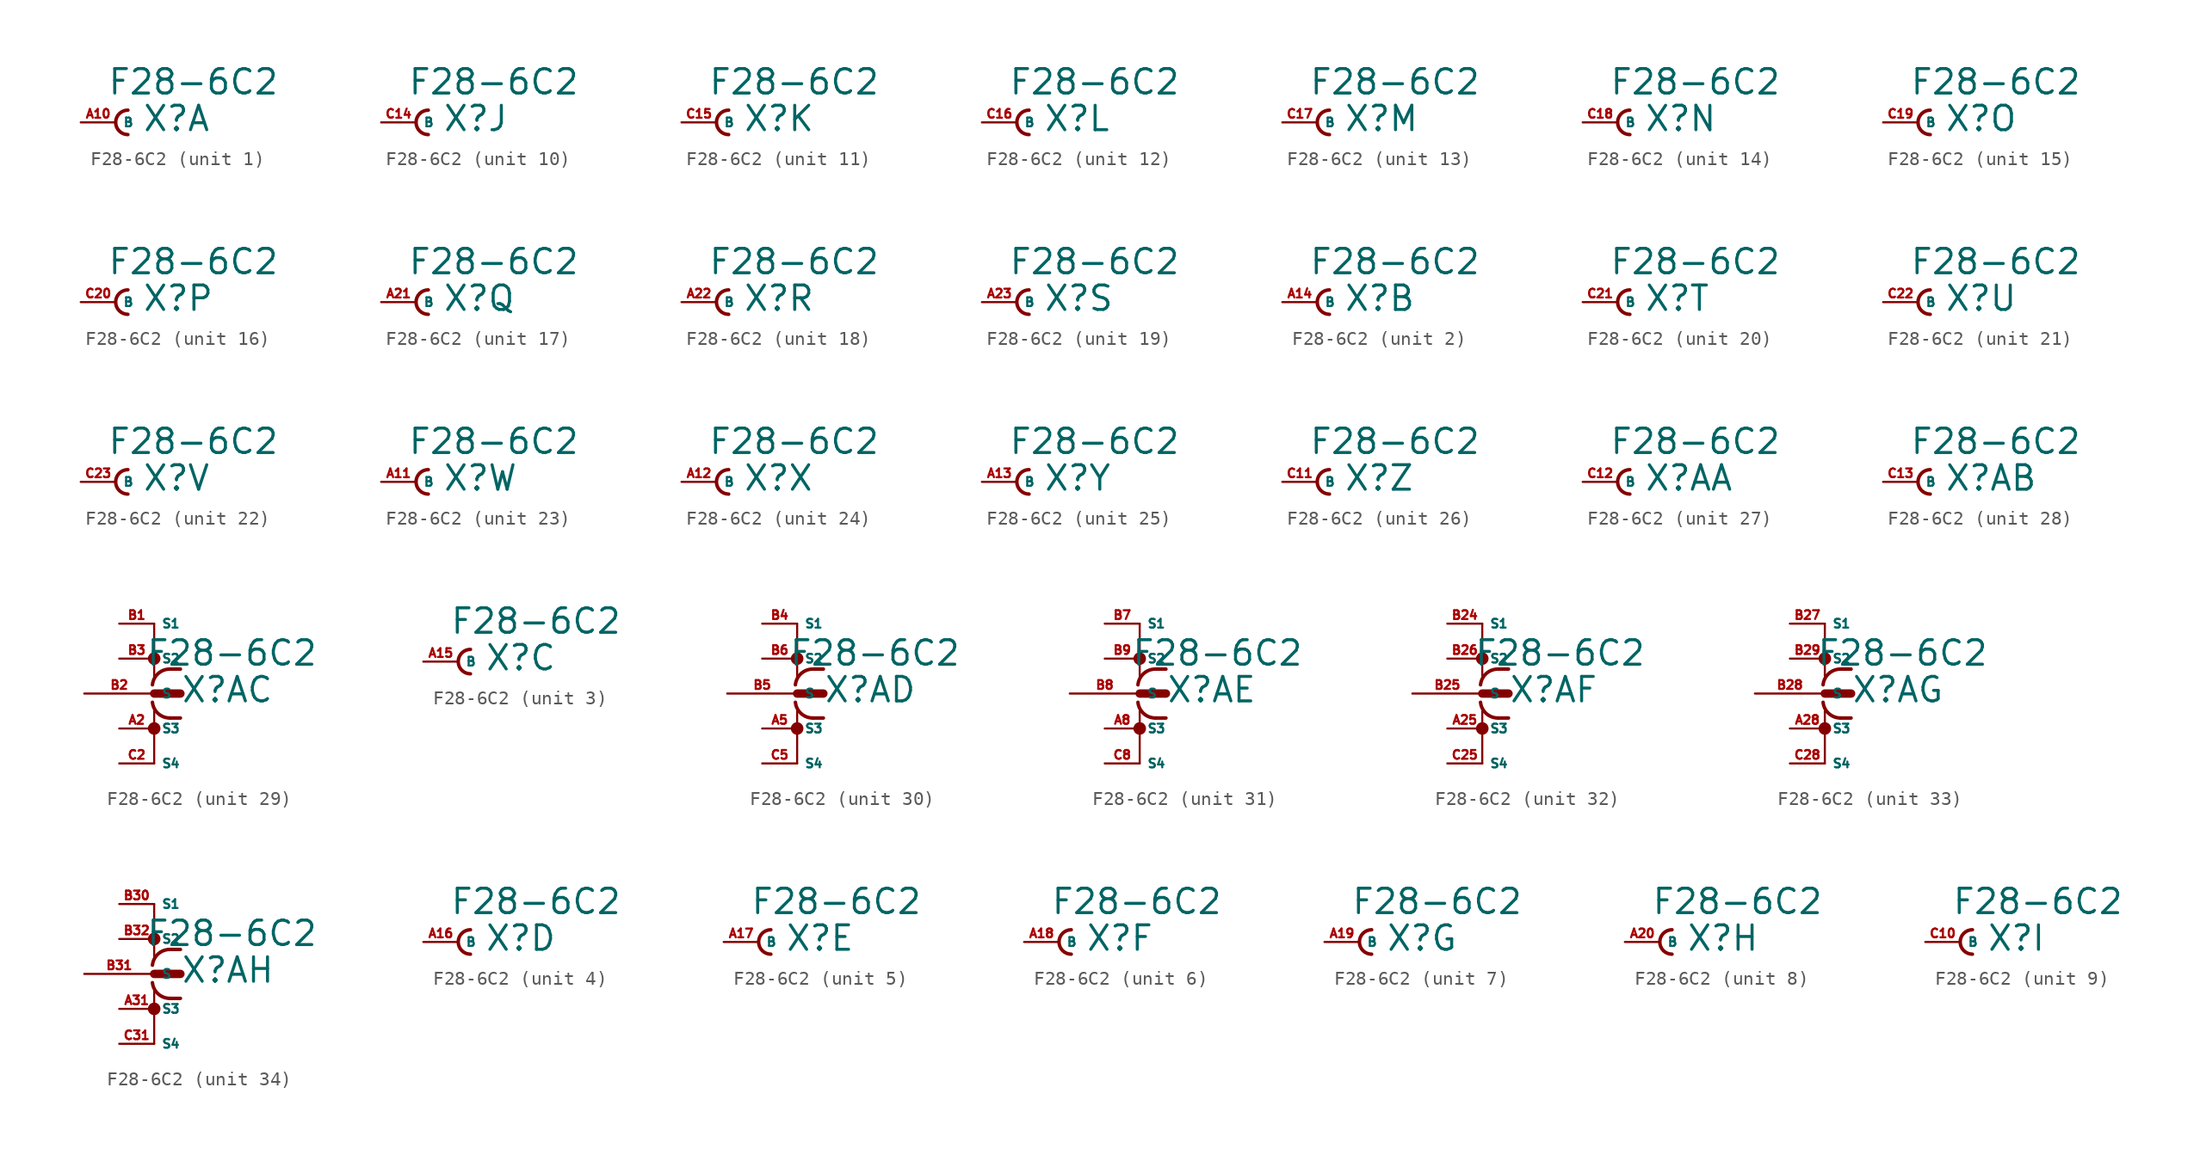
<source format=kicad_sym>
(kicad_symbol_lib
  (version 20220914)
  (generator Eagle2Kicad)
  (symbol "F28-6C2"
    (property "Reference" "X"
      (at 1.905 -0.762 0)
      (effects (font (size 1.778 1.778) (thickness 0.22)) (justify left bottom)))
    (property "Value" "F28-6C2"
      (at -0.635 1.905 0)
      (effects (font (size 1.778 1.778) (thickness 0.22)) (justify left bottom)))
    (symbol "F28-6C2_1_0"
      (arc (start 0.889 0.889) (mid 0.000 0.000) (end 0.889 -0.889) (stroke (width 0.254) (type default)) (fill (type none)))
      (pin passive line (at -2.54 0 0) (length 2.54) (name "B" (effects (font (size 0.635 0.635) (thickness 0.08)) (justify left bottom))) (number "A10" (effects (font (size 0.635 0.635) (thickness 0.08)) (justify left bottom)))))
    (symbol "F28-6C2_2_0"
      (arc (start 0.889 0.889) (mid 0.000 0.000) (end 0.889 -0.889) (stroke (width 0.254) (type default)) (fill (type none)))
      (pin passive line (at -2.54 0 0) (length 2.54) (name "B" (effects (font (size 0.635 0.635) (thickness 0.08)) (justify left bottom))) (number "A14" (effects (font (size 0.635 0.635) (thickness 0.08)) (justify left bottom)))))
    (symbol "F28-6C2_3_0"
      (arc (start 0.889 0.889) (mid 0.000 0.000) (end 0.889 -0.889) (stroke (width 0.254) (type default)) (fill (type none)))
      (pin passive line (at -2.54 0 0) (length 2.54) (name "B" (effects (font (size 0.635 0.635) (thickness 0.08)) (justify left bottom))) (number "A15" (effects (font (size 0.635 0.635) (thickness 0.08)) (justify left bottom)))))
    (symbol "F28-6C2_4_0"
      (arc (start 0.889 0.889) (mid 0.000 0.000) (end 0.889 -0.889) (stroke (width 0.254) (type default)) (fill (type none)))
      (pin passive line (at -2.54 0 0) (length 2.54) (name "B" (effects (font (size 0.635 0.635) (thickness 0.08)) (justify left bottom))) (number "A16" (effects (font (size 0.635 0.635) (thickness 0.08)) (justify left bottom)))))
    (symbol "F28-6C2_5_0"
      (arc (start 0.889 0.889) (mid 0.000 0.000) (end 0.889 -0.889) (stroke (width 0.254) (type default)) (fill (type none)))
      (pin passive line (at -2.54 0 0) (length 2.54) (name "B" (effects (font (size 0.635 0.635) (thickness 0.08)) (justify left bottom))) (number "A17" (effects (font (size 0.635 0.635) (thickness 0.08)) (justify left bottom)))))
    (symbol "F28-6C2_6_0"
      (arc (start 0.889 0.889) (mid 0.000 0.000) (end 0.889 -0.889) (stroke (width 0.254) (type default)) (fill (type none)))
      (pin passive line (at -2.54 0 0) (length 2.54) (name "B" (effects (font (size 0.635 0.635) (thickness 0.08)) (justify left bottom))) (number "A18" (effects (font (size 0.635 0.635) (thickness 0.08)) (justify left bottom)))))
    (symbol "F28-6C2_7_0"
      (arc (start 0.889 0.889) (mid 0.000 0.000) (end 0.889 -0.889) (stroke (width 0.254) (type default)) (fill (type none)))
      (pin passive line (at -2.54 0 0) (length 2.54) (name "B" (effects (font (size 0.635 0.635) (thickness 0.08)) (justify left bottom))) (number "A19" (effects (font (size 0.635 0.635) (thickness 0.08)) (justify left bottom)))))
    (symbol "F28-6C2_8_0"
      (arc (start 0.889 0.889) (mid 0.000 0.000) (end 0.889 -0.889) (stroke (width 0.254) (type default)) (fill (type none)))
      (pin passive line (at -2.54 0 0) (length 2.54) (name "B" (effects (font (size 0.635 0.635) (thickness 0.08)) (justify left bottom))) (number "A20" (effects (font (size 0.635 0.635) (thickness 0.08)) (justify left bottom)))))
    (symbol "F28-6C2_9_0"
      (arc (start 0.889 0.889) (mid 0.000 0.000) (end 0.889 -0.889) (stroke (width 0.254) (type default)) (fill (type none)))
      (pin passive line (at -2.54 0 0) (length 2.54) (name "B" (effects (font (size 0.635 0.635) (thickness 0.08)) (justify left bottom))) (number "C10" (effects (font (size 0.635 0.635) (thickness 0.08)) (justify left bottom)))))
    (symbol "F28-6C2_10_0"
      (arc (start 0.889 0.889) (mid 0.000 0.000) (end 0.889 -0.889) (stroke (width 0.254) (type default)) (fill (type none)))
      (pin passive line (at -2.54 0 0) (length 2.54) (name "B" (effects (font (size 0.635 0.635) (thickness 0.08)) (justify left bottom))) (number "C14" (effects (font (size 0.635 0.635) (thickness 0.08)) (justify left bottom)))))
    (symbol "F28-6C2_11_0"
      (arc (start 0.889 0.889) (mid 0.000 0.000) (end 0.889 -0.889) (stroke (width 0.254) (type default)) (fill (type none)))
      (pin passive line (at -2.54 0 0) (length 2.54) (name "B" (effects (font (size 0.635 0.635) (thickness 0.08)) (justify left bottom))) (number "C15" (effects (font (size 0.635 0.635) (thickness 0.08)) (justify left bottom)))))
    (symbol "F28-6C2_12_0"
      (arc (start 0.889 0.889) (mid 0.000 0.000) (end 0.889 -0.889) (stroke (width 0.254) (type default)) (fill (type none)))
      (pin passive line (at -2.54 0 0) (length 2.54) (name "B" (effects (font (size 0.635 0.635) (thickness 0.08)) (justify left bottom))) (number "C16" (effects (font (size 0.635 0.635) (thickness 0.08)) (justify left bottom)))))
    (symbol "F28-6C2_13_0"
      (arc (start 0.889 0.889) (mid 0.000 0.000) (end 0.889 -0.889) (stroke (width 0.254) (type default)) (fill (type none)))
      (pin passive line (at -2.54 0 0) (length 2.54) (name "B" (effects (font (size 0.635 0.635) (thickness 0.08)) (justify left bottom))) (number "C17" (effects (font (size 0.635 0.635) (thickness 0.08)) (justify left bottom)))))
    (symbol "F28-6C2_14_0"
      (arc (start 0.889 0.889) (mid 0.000 0.000) (end 0.889 -0.889) (stroke (width 0.254) (type default)) (fill (type none)))
      (pin passive line (at -2.54 0 0) (length 2.54) (name "B" (effects (font (size 0.635 0.635) (thickness 0.08)) (justify left bottom))) (number "C18" (effects (font (size 0.635 0.635) (thickness 0.08)) (justify left bottom)))))
    (symbol "F28-6C2_15_0"
      (arc (start 0.889 0.889) (mid 0.000 0.000) (end 0.889 -0.889) (stroke (width 0.254) (type default)) (fill (type none)))
      (pin passive line (at -2.54 0 0) (length 2.54) (name "B" (effects (font (size 0.635 0.635) (thickness 0.08)) (justify left bottom))) (number "C19" (effects (font (size 0.635 0.635) (thickness 0.08)) (justify left bottom)))))
    (symbol "F28-6C2_16_0"
      (arc (start 0.889 0.889) (mid 0.000 0.000) (end 0.889 -0.889) (stroke (width 0.254) (type default)) (fill (type none)))
      (pin passive line (at -2.54 0 0) (length 2.54) (name "B" (effects (font (size 0.635 0.635) (thickness 0.08)) (justify left bottom))) (number "C20" (effects (font (size 0.635 0.635) (thickness 0.08)) (justify left bottom)))))
    (symbol "F28-6C2_17_0"
      (arc (start 0.889 0.889) (mid 0.000 0.000) (end 0.889 -0.889) (stroke (width 0.254) (type default)) (fill (type none)))
      (pin passive line (at -2.54 0 0) (length 2.54) (name "B" (effects (font (size 0.635 0.635) (thickness 0.08)) (justify left bottom))) (number "A21" (effects (font (size 0.635 0.635) (thickness 0.08)) (justify left bottom)))))
    (symbol "F28-6C2_18_0"
      (arc (start 0.889 0.889) (mid 0.000 0.000) (end 0.889 -0.889) (stroke (width 0.254) (type default)) (fill (type none)))
      (pin passive line (at -2.54 0 0) (length 2.54) (name "B" (effects (font (size 0.635 0.635) (thickness 0.08)) (justify left bottom))) (number "A22" (effects (font (size 0.635 0.635) (thickness 0.08)) (justify left bottom)))))
    (symbol "F28-6C2_19_0"
      (arc (start 0.889 0.889) (mid 0.000 0.000) (end 0.889 -0.889) (stroke (width 0.254) (type default)) (fill (type none)))
      (pin passive line (at -2.54 0 0) (length 2.54) (name "B" (effects (font (size 0.635 0.635) (thickness 0.08)) (justify left bottom))) (number "A23" (effects (font (size 0.635 0.635) (thickness 0.08)) (justify left bottom)))))
    (symbol "F28-6C2_20_0"
      (arc (start 0.889 0.889) (mid 0.000 0.000) (end 0.889 -0.889) (stroke (width 0.254) (type default)) (fill (type none)))
      (pin passive line (at -2.54 0 0) (length 2.54) (name "B" (effects (font (size 0.635 0.635) (thickness 0.08)) (justify left bottom))) (number "C21" (effects (font (size 0.635 0.635) (thickness 0.08)) (justify left bottom)))))
    (symbol "F28-6C2_21_0"
      (arc (start 0.889 0.889) (mid 0.000 0.000) (end 0.889 -0.889) (stroke (width 0.254) (type default)) (fill (type none)))
      (pin passive line (at -2.54 0 0) (length 2.54) (name "B" (effects (font (size 0.635 0.635) (thickness 0.08)) (justify left bottom))) (number "C22" (effects (font (size 0.635 0.635) (thickness 0.08)) (justify left bottom)))))
    (symbol "F28-6C2_22_0"
      (arc (start 0.889 0.889) (mid 0.000 0.000) (end 0.889 -0.889) (stroke (width 0.254) (type default)) (fill (type none)))
      (pin passive line (at -2.54 0 0) (length 2.54) (name "B" (effects (font (size 0.635 0.635) (thickness 0.08)) (justify left bottom))) (number "C23" (effects (font (size 0.635 0.635) (thickness 0.08)) (justify left bottom)))))
    (symbol "F28-6C2_23_0"
      (arc (start 0.889 0.889) (mid 0.000 0.000) (end 0.889 -0.889) (stroke (width 0.254) (type default)) (fill (type none)))
      (pin passive line (at -2.54 0 0) (length 2.54) (name "B" (effects (font (size 0.635 0.635) (thickness 0.08)) (justify left bottom))) (number "A11" (effects (font (size 0.635 0.635) (thickness 0.08)) (justify left bottom)))))
    (symbol "F28-6C2_24_0"
      (arc (start 0.889 0.889) (mid 0.000 0.000) (end 0.889 -0.889) (stroke (width 0.254) (type default)) (fill (type none)))
      (pin passive line (at -2.54 0 0) (length 2.54) (name "B" (effects (font (size 0.635 0.635) (thickness 0.08)) (justify left bottom))) (number "A12" (effects (font (size 0.635 0.635) (thickness 0.08)) (justify left bottom)))))
    (symbol "F28-6C2_25_0"
      (arc (start 0.889 0.889) (mid 0.000 0.000) (end 0.889 -0.889) (stroke (width 0.254) (type default)) (fill (type none)))
      (pin passive line (at -2.54 0 0) (length 2.54) (name "B" (effects (font (size 0.635 0.635) (thickness 0.08)) (justify left bottom))) (number "A13" (effects (font (size 0.635 0.635) (thickness 0.08)) (justify left bottom)))))
    (symbol "F28-6C2_26_0"
      (arc (start 0.889 0.889) (mid 0.000 0.000) (end 0.889 -0.889) (stroke (width 0.254) (type default)) (fill (type none)))
      (pin passive line (at -2.54 0 0) (length 2.54) (name "B" (effects (font (size 0.635 0.635) (thickness 0.08)) (justify left bottom))) (number "C11" (effects (font (size 0.635 0.635) (thickness 0.08)) (justify left bottom)))))
    (symbol "F28-6C2_27_0"
      (arc (start 0.889 0.889) (mid 0.000 0.000) (end 0.889 -0.889) (stroke (width 0.254) (type default)) (fill (type none)))
      (pin passive line (at -2.54 0 0) (length 2.54) (name "B" (effects (font (size 0.635 0.635) (thickness 0.08)) (justify left bottom))) (number "C12" (effects (font (size 0.635 0.635) (thickness 0.08)) (justify left bottom)))))
    (symbol "F28-6C2_28_0"
      (arc (start 0.889 0.889) (mid 0.000 0.000) (end 0.889 -0.889) (stroke (width 0.254) (type default)) (fill (type none)))
      (pin passive line (at -2.54 0 0) (length 2.54) (name "B" (effects (font (size 0.635 0.635) (thickness 0.08)) (justify left bottom))) (number "C13" (effects (font (size 0.635 0.635) (thickness 0.08)) (justify left bottom)))))
    (symbol "F28-6C2_29_0"
      (polyline (pts (xy 0 0) (xy 1.905 0)) (stroke (width 0.61) (type default)) (fill (type none)))
      (polyline (pts (xy 0 5.08) (xy 0 1.27)) (stroke (width 0.152) (type default)) (fill (type none)))
      (polyline (pts (xy 0 -5.08) (xy 0 -1.27)) (stroke (width 0.152) (type default)) (fill (type none)))
      (polyline (pts (xy 1.905 1.778) (xy 1.143 1.778)) (stroke (width 0.254) (type default)) (fill (type none)))
      (polyline (pts (xy 1.905 -1.778) (xy 1.143 -1.778)) (stroke (width 0.254) (type default)) (fill (type none)))
      (arc (start 1.143 1.778) (mid 0.287 1.452) (end -0.127 0.635) (stroke (width 0.254) (type default)) (fill (type none)))
      (arc (start -0.127 -0.635) (mid 0.287 -1.452) (end 1.143 -1.778) (stroke (width 0.254) (type default)) (fill (type none)))
      (circle (center 0 2.54) (radius 0.254) (stroke (width 0.406) (type default)) (fill (type none)))
      (circle (center 0 -2.54) (radius 0.254) (stroke (width 0.406) (type default)) (fill (type none)))
      (pin passive line (at -5.08 0 0) (length 5.08) (name "S" (effects (font (size 0.635 0.635) (thickness 0.08)) (justify left bottom))) (number "B2" (effects (font (size 0.635 0.635) (thickness 0.08)) (justify left bottom))))
      (pin passive line (at -2.54 5.08 0) (length 2.54) (name "S1" (effects (font (size 0.635 0.635) (thickness 0.08)) (justify left bottom))) (number "B1" (effects (font (size 0.635 0.635) (thickness 0.08)) (justify left bottom))))
      (pin passive line (at -2.54 2.54 0) (length 2.54) (name "S2" (effects (font (size 0.635 0.635) (thickness 0.08)) (justify left bottom))) (number "B3" (effects (font (size 0.635 0.635) (thickness 0.08)) (justify left bottom))))
      (pin passive line (at -2.54 -2.54 0) (length 2.54) (name "S3" (effects (font (size 0.635 0.635) (thickness 0.08)) (justify left bottom))) (number "A2" (effects (font (size 0.635 0.635) (thickness 0.08)) (justify left bottom))))
      (pin passive line (at -2.54 -5.08 0) (length 2.54) (name "S4" (effects (font (size 0.635 0.635) (thickness 0.08)) (justify left bottom))) (number "C2" (effects (font (size 0.635 0.635) (thickness 0.08)) (justify left bottom)))))
    (symbol "F28-6C2_30_0"
      (polyline (pts (xy 0 0) (xy 1.905 0)) (stroke (width 0.61) (type default)) (fill (type none)))
      (polyline (pts (xy 0 5.08) (xy 0 1.27)) (stroke (width 0.152) (type default)) (fill (type none)))
      (polyline (pts (xy 0 -5.08) (xy 0 -1.27)) (stroke (width 0.152) (type default)) (fill (type none)))
      (polyline (pts (xy 1.905 1.778) (xy 1.143 1.778)) (stroke (width 0.254) (type default)) (fill (type none)))
      (polyline (pts (xy 1.905 -1.778) (xy 1.143 -1.778)) (stroke (width 0.254) (type default)) (fill (type none)))
      (arc (start 1.143 1.778) (mid 0.287 1.452) (end -0.127 0.635) (stroke (width 0.254) (type default)) (fill (type none)))
      (arc (start -0.127 -0.635) (mid 0.287 -1.452) (end 1.143 -1.778) (stroke (width 0.254) (type default)) (fill (type none)))
      (circle (center 0 2.54) (radius 0.254) (stroke (width 0.406) (type default)) (fill (type none)))
      (circle (center 0 -2.54) (radius 0.254) (stroke (width 0.406) (type default)) (fill (type none)))
      (pin passive line (at -5.08 0 0) (length 5.08) (name "S" (effects (font (size 0.635 0.635) (thickness 0.08)) (justify left bottom))) (number "B5" (effects (font (size 0.635 0.635) (thickness 0.08)) (justify left bottom))))
      (pin passive line (at -2.54 5.08 0) (length 2.54) (name "S1" (effects (font (size 0.635 0.635) (thickness 0.08)) (justify left bottom))) (number "B4" (effects (font (size 0.635 0.635) (thickness 0.08)) (justify left bottom))))
      (pin passive line (at -2.54 2.54 0) (length 2.54) (name "S2" (effects (font (size 0.635 0.635) (thickness 0.08)) (justify left bottom))) (number "B6" (effects (font (size 0.635 0.635) (thickness 0.08)) (justify left bottom))))
      (pin passive line (at -2.54 -2.54 0) (length 2.54) (name "S3" (effects (font (size 0.635 0.635) (thickness 0.08)) (justify left bottom))) (number "A5" (effects (font (size 0.635 0.635) (thickness 0.08)) (justify left bottom))))
      (pin passive line (at -2.54 -5.08 0) (length 2.54) (name "S4" (effects (font (size 0.635 0.635) (thickness 0.08)) (justify left bottom))) (number "C5" (effects (font (size 0.635 0.635) (thickness 0.08)) (justify left bottom)))))
    (symbol "F28-6C2_31_0"
      (polyline (pts (xy 0 0) (xy 1.905 0)) (stroke (width 0.61) (type default)) (fill (type none)))
      (polyline (pts (xy 0 5.08) (xy 0 1.27)) (stroke (width 0.152) (type default)) (fill (type none)))
      (polyline (pts (xy 0 -5.08) (xy 0 -1.27)) (stroke (width 0.152) (type default)) (fill (type none)))
      (polyline (pts (xy 1.905 1.778) (xy 1.143 1.778)) (stroke (width 0.254) (type default)) (fill (type none)))
      (polyline (pts (xy 1.905 -1.778) (xy 1.143 -1.778)) (stroke (width 0.254) (type default)) (fill (type none)))
      (arc (start 1.143 1.778) (mid 0.287 1.452) (end -0.127 0.635) (stroke (width 0.254) (type default)) (fill (type none)))
      (arc (start -0.127 -0.635) (mid 0.287 -1.452) (end 1.143 -1.778) (stroke (width 0.254) (type default)) (fill (type none)))
      (circle (center 0 2.54) (radius 0.254) (stroke (width 0.406) (type default)) (fill (type none)))
      (circle (center 0 -2.54) (radius 0.254) (stroke (width 0.406) (type default)) (fill (type none)))
      (pin passive line (at -5.08 0 0) (length 5.08) (name "S" (effects (font (size 0.635 0.635) (thickness 0.08)) (justify left bottom))) (number "B8" (effects (font (size 0.635 0.635) (thickness 0.08)) (justify left bottom))))
      (pin passive line (at -2.54 5.08 0) (length 2.54) (name "S1" (effects (font (size 0.635 0.635) (thickness 0.08)) (justify left bottom))) (number "B7" (effects (font (size 0.635 0.635) (thickness 0.08)) (justify left bottom))))
      (pin passive line (at -2.54 2.54 0) (length 2.54) (name "S2" (effects (font (size 0.635 0.635) (thickness 0.08)) (justify left bottom))) (number "B9" (effects (font (size 0.635 0.635) (thickness 0.08)) (justify left bottom))))
      (pin passive line (at -2.54 -2.54 0) (length 2.54) (name "S3" (effects (font (size 0.635 0.635) (thickness 0.08)) (justify left bottom))) (number "A8" (effects (font (size 0.635 0.635) (thickness 0.08)) (justify left bottom))))
      (pin passive line (at -2.54 -5.08 0) (length 2.54) (name "S4" (effects (font (size 0.635 0.635) (thickness 0.08)) (justify left bottom))) (number "C8" (effects (font (size 0.635 0.635) (thickness 0.08)) (justify left bottom)))))
    (symbol "F28-6C2_32_0"
      (polyline (pts (xy 0 0) (xy 1.905 0)) (stroke (width 0.61) (type default)) (fill (type none)))
      (polyline (pts (xy 0 5.08) (xy 0 1.27)) (stroke (width 0.152) (type default)) (fill (type none)))
      (polyline (pts (xy 0 -5.08) (xy 0 -1.27)) (stroke (width 0.152) (type default)) (fill (type none)))
      (polyline (pts (xy 1.905 1.778) (xy 1.143 1.778)) (stroke (width 0.254) (type default)) (fill (type none)))
      (polyline (pts (xy 1.905 -1.778) (xy 1.143 -1.778)) (stroke (width 0.254) (type default)) (fill (type none)))
      (arc (start 1.143 1.778) (mid 0.287 1.452) (end -0.127 0.635) (stroke (width 0.254) (type default)) (fill (type none)))
      (arc (start -0.127 -0.635) (mid 0.287 -1.452) (end 1.143 -1.778) (stroke (width 0.254) (type default)) (fill (type none)))
      (circle (center 0 2.54) (radius 0.254) (stroke (width 0.406) (type default)) (fill (type none)))
      (circle (center 0 -2.54) (radius 0.254) (stroke (width 0.406) (type default)) (fill (type none)))
      (pin passive line (at -5.08 0 0) (length 5.08) (name "S" (effects (font (size 0.635 0.635) (thickness 0.08)) (justify left bottom))) (number "B25" (effects (font (size 0.635 0.635) (thickness 0.08)) (justify left bottom))))
      (pin passive line (at -2.54 5.08 0) (length 2.54) (name "S1" (effects (font (size 0.635 0.635) (thickness 0.08)) (justify left bottom))) (number "B24" (effects (font (size 0.635 0.635) (thickness 0.08)) (justify left bottom))))
      (pin passive line (at -2.54 2.54 0) (length 2.54) (name "S2" (effects (font (size 0.635 0.635) (thickness 0.08)) (justify left bottom))) (number "B26" (effects (font (size 0.635 0.635) (thickness 0.08)) (justify left bottom))))
      (pin passive line (at -2.54 -2.54 0) (length 2.54) (name "S3" (effects (font (size 0.635 0.635) (thickness 0.08)) (justify left bottom))) (number "A25" (effects (font (size 0.635 0.635) (thickness 0.08)) (justify left bottom))))
      (pin passive line (at -2.54 -5.08 0) (length 2.54) (name "S4" (effects (font (size 0.635 0.635) (thickness 0.08)) (justify left bottom))) (number "C25" (effects (font (size 0.635 0.635) (thickness 0.08)) (justify left bottom)))))
    (symbol "F28-6C2_33_0"
      (polyline (pts (xy 0 0) (xy 1.905 0)) (stroke (width 0.61) (type default)) (fill (type none)))
      (polyline (pts (xy 0 5.08) (xy 0 1.27)) (stroke (width 0.152) (type default)) (fill (type none)))
      (polyline (pts (xy 0 -5.08) (xy 0 -1.27)) (stroke (width 0.152) (type default)) (fill (type none)))
      (polyline (pts (xy 1.905 1.778) (xy 1.143 1.778)) (stroke (width 0.254) (type default)) (fill (type none)))
      (polyline (pts (xy 1.905 -1.778) (xy 1.143 -1.778)) (stroke (width 0.254) (type default)) (fill (type none)))
      (arc (start 1.143 1.778) (mid 0.287 1.452) (end -0.127 0.635) (stroke (width 0.254) (type default)) (fill (type none)))
      (arc (start -0.127 -0.635) (mid 0.287 -1.452) (end 1.143 -1.778) (stroke (width 0.254) (type default)) (fill (type none)))
      (circle (center 0 2.54) (radius 0.254) (stroke (width 0.406) (type default)) (fill (type none)))
      (circle (center 0 -2.54) (radius 0.254) (stroke (width 0.406) (type default)) (fill (type none)))
      (pin passive line (at -5.08 0 0) (length 5.08) (name "S" (effects (font (size 0.635 0.635) (thickness 0.08)) (justify left bottom))) (number "B28" (effects (font (size 0.635 0.635) (thickness 0.08)) (justify left bottom))))
      (pin passive line (at -2.54 5.08 0) (length 2.54) (name "S1" (effects (font (size 0.635 0.635) (thickness 0.08)) (justify left bottom))) (number "B27" (effects (font (size 0.635 0.635) (thickness 0.08)) (justify left bottom))))
      (pin passive line (at -2.54 2.54 0) (length 2.54) (name "S2" (effects (font (size 0.635 0.635) (thickness 0.08)) (justify left bottom))) (number "B29" (effects (font (size 0.635 0.635) (thickness 0.08)) (justify left bottom))))
      (pin passive line (at -2.54 -2.54 0) (length 2.54) (name "S3" (effects (font (size 0.635 0.635) (thickness 0.08)) (justify left bottom))) (number "A28" (effects (font (size 0.635 0.635) (thickness 0.08)) (justify left bottom))))
      (pin passive line (at -2.54 -5.08 0) (length 2.54) (name "S4" (effects (font (size 0.635 0.635) (thickness 0.08)) (justify left bottom))) (number "C28" (effects (font (size 0.635 0.635) (thickness 0.08)) (justify left bottom)))))
    (symbol "F28-6C2_34_0"
      (polyline (pts (xy 0 0) (xy 1.905 0)) (stroke (width 0.61) (type default)) (fill (type none)))
      (polyline (pts (xy 0 5.08) (xy 0 1.27)) (stroke (width 0.152) (type default)) (fill (type none)))
      (polyline (pts (xy 0 -5.08) (xy 0 -1.27)) (stroke (width 0.152) (type default)) (fill (type none)))
      (polyline (pts (xy 1.905 1.778) (xy 1.143 1.778)) (stroke (width 0.254) (type default)) (fill (type none)))
      (polyline (pts (xy 1.905 -1.778) (xy 1.143 -1.778)) (stroke (width 0.254) (type default)) (fill (type none)))
      (arc (start 1.143 1.778) (mid 0.287 1.452) (end -0.127 0.635) (stroke (width 0.254) (type default)) (fill (type none)))
      (arc (start -0.127 -0.635) (mid 0.287 -1.452) (end 1.143 -1.778) (stroke (width 0.254) (type default)) (fill (type none)))
      (circle (center 0 2.54) (radius 0.254) (stroke (width 0.406) (type default)) (fill (type none)))
      (circle (center 0 -2.54) (radius 0.254) (stroke (width 0.406) (type default)) (fill (type none)))
      (pin passive line (at -5.08 0 0) (length 5.08) (name "S" (effects (font (size 0.635 0.635) (thickness 0.08)) (justify left bottom))) (number "B31" (effects (font (size 0.635 0.635) (thickness 0.08)) (justify left bottom))))
      (pin passive line (at -2.54 5.08 0) (length 2.54) (name "S1" (effects (font (size 0.635 0.635) (thickness 0.08)) (justify left bottom))) (number "B30" (effects (font (size 0.635 0.635) (thickness 0.08)) (justify left bottom))))
      (pin passive line (at -2.54 2.54 0) (length 2.54) (name "S2" (effects (font (size 0.635 0.635) (thickness 0.08)) (justify left bottom))) (number "B32" (effects (font (size 0.635 0.635) (thickness 0.08)) (justify left bottom))))
      (pin passive line (at -2.54 -2.54 0) (length 2.54) (name "S3" (effects (font (size 0.635 0.635) (thickness 0.08)) (justify left bottom))) (number "A31" (effects (font (size 0.635 0.635) (thickness 0.08)) (justify left bottom))))
      (pin passive line (at -2.54 -5.08 0) (length 2.54) (name "S4" (effects (font (size 0.635 0.635) (thickness 0.08)) (justify left bottom))) (number "C31" (effects (font (size 0.635 0.635) (thickness 0.08)) (justify left bottom)))))))
</source>
